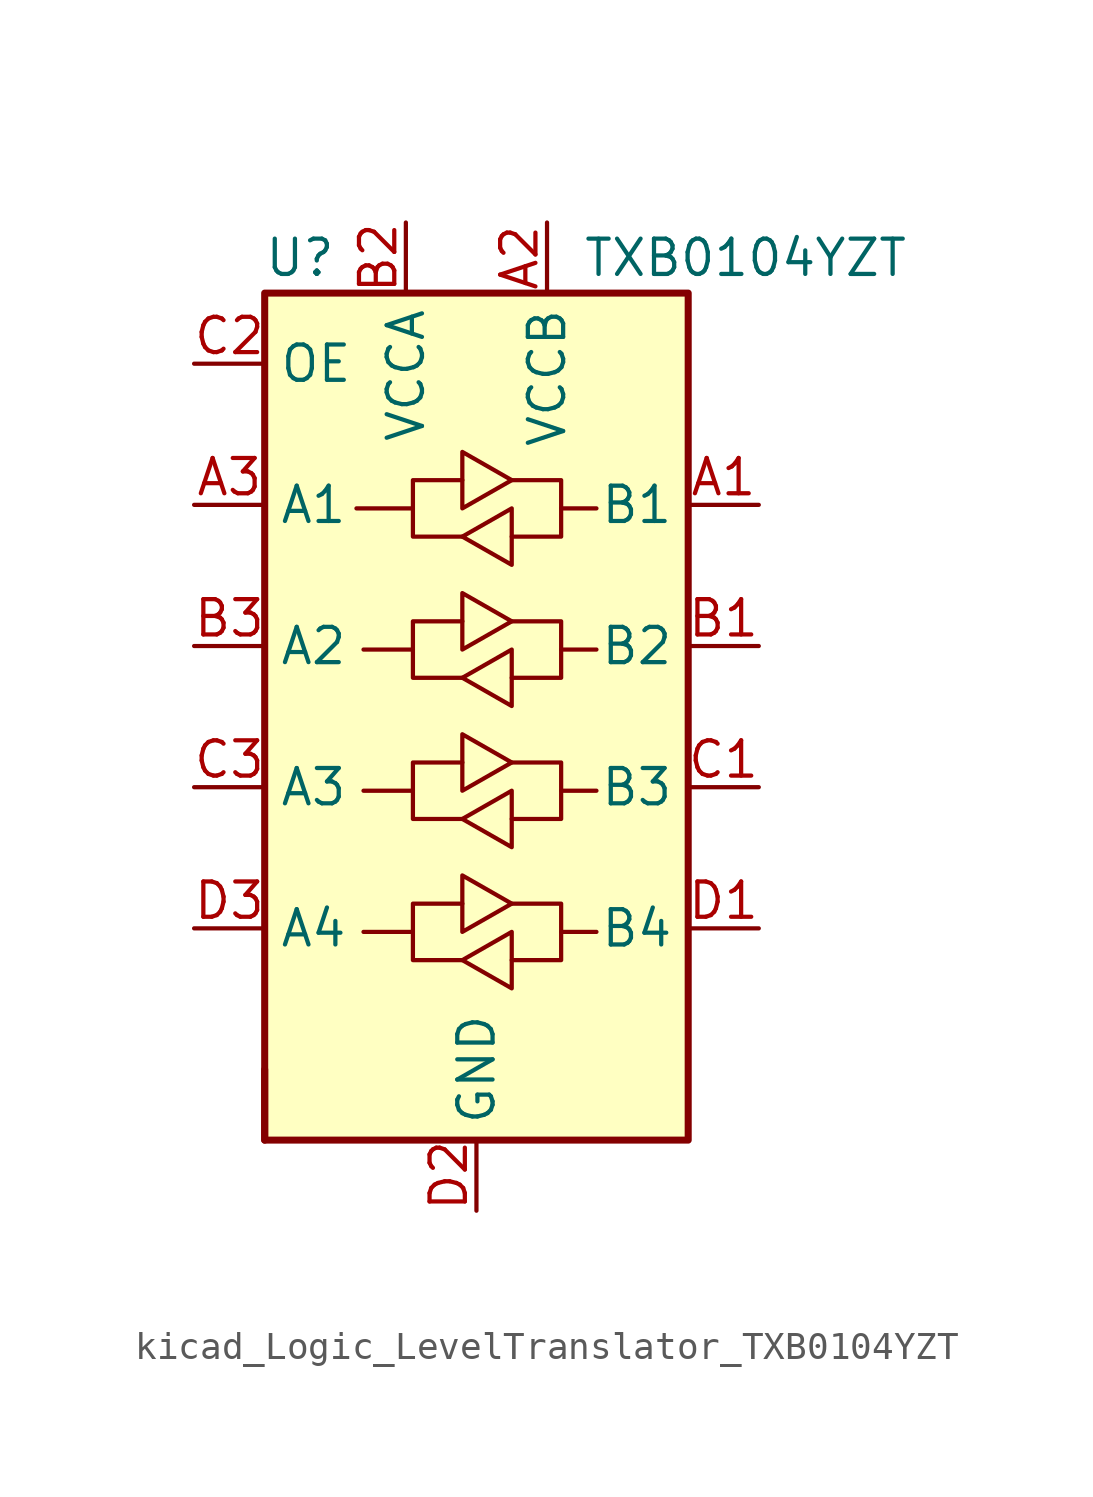
<source format=kicad_sym>
(kicad_symbol_lib
  (version 20220914)
  (generator kicad_symbol_editor)
  (symbol "kicad_Logic_LevelTranslator_TXB0104YZT"
    (property "Reference" "U"
      (at -6.35 16.51 0)
      (effects (font (size 1.27 1.27))))
    (property "Value" "TXB0104YZT"
      (at 3.81 16.51 0)
      (effects (font (size 1.27 1.27)) (justify left)))
    (symbol "kicad_Logic_LevelTranslator_TXB0104YZT_0_1"
      (rectangle (start -7.62 -15.24) (end -7.62 -12.7) (stroke (width 0.254) (type default)) (fill (type none)))
      (rectangle (start -7.62 15.24) (end 7.62 -15.24) (stroke (width 0.254) (type default)) (fill (type background)))
      (polyline (pts (xy -2.286 -7.747) (xy -2.286 -6.731) (xy -0.508 -6.731)) (stroke (width 0) (type default)) (fill (type none)))
      (polyline (pts (xy -2.286 -2.667) (xy -2.286 -1.651) (xy -0.508 -1.651)) (stroke (width 0) (type default)) (fill (type none)))
      (polyline (pts (xy -2.286 2.413) (xy -2.286 3.429) (xy -0.508 3.429)) (stroke (width 0) (type default)) (fill (type none)))
      (polyline (pts (xy -2.286 7.493) (xy -2.286 8.509) (xy -0.508 8.509)) (stroke (width 0) (type default)) (fill (type none)))
      (polyline (pts (xy 3.048 -7.747) (xy 3.048 -8.763) (xy 1.27 -8.763)) (stroke (width 0) (type default)) (fill (type none)))
      (polyline (pts (xy 3.048 -2.667) (xy 3.048 -3.683) (xy 1.27 -3.683)) (stroke (width 0) (type default)) (fill (type none)))
      (polyline (pts (xy 3.048 2.413) (xy 3.048 1.397) (xy 1.27 1.397)) (stroke (width 0) (type default)) (fill (type none)))
      (polyline (pts (xy 3.048 7.493) (xy 3.048 6.477) (xy 1.27 6.477)) (stroke (width 0) (type default)) (fill (type none)))
      (polyline (pts (xy -0.508 -8.763) (xy -2.286 -8.763) (xy -2.286 -7.747) (xy -4.064 -7.747)) (stroke (width 0) (type default)) (fill (type none)))
      (polyline (pts (xy -0.508 -8.763) (xy 1.27 -7.747) (xy 1.27 -9.779) (xy -0.508 -8.763)) (stroke (width 0) (type default)) (fill (type none)))
      (polyline (pts (xy -0.508 -3.683) (xy -2.286 -3.683) (xy -2.286 -2.667) (xy -4.064 -2.667)) (stroke (width 0) (type default)) (fill (type none)))
      (polyline (pts (xy -0.508 -3.683) (xy 1.27 -2.667) (xy 1.27 -4.699) (xy -0.508 -3.683)) (stroke (width 0) (type default)) (fill (type none)))
      (polyline (pts (xy -0.508 1.397) (xy -2.286 1.397) (xy -2.286 2.413) (xy -4.064 2.413)) (stroke (width 0) (type default)) (fill (type none)))
      (polyline (pts (xy -0.508 1.397) (xy 1.27 2.413) (xy 1.27 0.381) (xy -0.508 1.397)) (stroke (width 0) (type default)) (fill (type none)))
      (polyline (pts (xy -0.508 6.477) (xy -2.286 6.477) (xy -2.286 7.493) (xy -4.318 7.493)) (stroke (width 0) (type default)) (fill (type none)))
      (polyline (pts (xy -0.508 6.477) (xy 1.27 7.493) (xy 1.27 5.461) (xy -0.508 6.477)) (stroke (width 0) (type default)) (fill (type none)))
      (polyline (pts (xy 1.27 -6.731) (xy -0.508 -7.747) (xy -0.508 -5.715) (xy 1.27 -6.731)) (stroke (width 0) (type default)) (fill (type none)))
      (polyline (pts (xy 1.27 -6.731) (xy 3.048 -6.731) (xy 3.048 -7.747) (xy 4.318 -7.747)) (stroke (width 0) (type default)) (fill (type none)))
      (polyline (pts (xy 1.27 -1.651) (xy -0.508 -2.667) (xy -0.508 -0.635) (xy 1.27 -1.651)) (stroke (width 0) (type default)) (fill (type none)))
      (polyline (pts (xy 1.27 -1.651) (xy 3.048 -1.651) (xy 3.048 -2.667) (xy 4.318 -2.667)) (stroke (width 0) (type default)) (fill (type none)))
      (polyline (pts (xy 1.27 3.429) (xy -0.508 2.413) (xy -0.508 4.445) (xy 1.27 3.429)) (stroke (width 0) (type default)) (fill (type none)))
      (polyline (pts (xy 1.27 3.429) (xy 3.048 3.429) (xy 3.048 2.413) (xy 4.318 2.413)) (stroke (width 0) (type default)) (fill (type none)))
      (polyline (pts (xy 1.27 8.509) (xy -0.508 7.493) (xy -0.508 9.525) (xy 1.27 8.509)) (stroke (width 0) (type default)) (fill (type none)))
      (polyline (pts (xy 1.27 8.509) (xy 3.048 8.509) (xy 3.048 7.493) (xy 4.318 7.493)) (stroke (width 0) (type default)) (fill (type none))))
    (symbol "kicad_Logic_LevelTranslator_TXB0104YZT_1_1"
      (pin bidirectional line (at 10.16 7.62 180) (length 2.54) (name "B1" (effects (font (size 1.27 1.27)))) (number "A1" (effects (font (size 1.27 1.27)))))
      (pin power_in line (at 2.54 17.78 270) (length 2.54) (name "VCCB" (effects (font (size 1.27 1.27)))) (number "A2" (effects (font (size 1.27 1.27)))))
      (pin bidirectional line (at -10.16 7.62 0) (length 2.54) (name "A1" (effects (font (size 1.27 1.27)))) (number "A3" (effects (font (size 1.27 1.27)))))
      (pin bidirectional line (at 10.16 2.54 180) (length 2.54) (name "B2" (effects (font (size 1.27 1.27)))) (number "B1" (effects (font (size 1.27 1.27)))))
      (pin power_in line (at -2.54 17.78 270) (length 2.54) (name "VCCA" (effects (font (size 1.27 1.27)))) (number "B2" (effects (font (size 1.27 1.27)))))
      (pin bidirectional line (at -10.16 2.54 0) (length 2.54) (name "A2" (effects (font (size 1.27 1.27)))) (number "B3" (effects (font (size 1.27 1.27)))))
      (pin bidirectional line (at 10.16 -2.54 180) (length 2.54) (name "B3" (effects (font (size 1.27 1.27)))) (number "C1" (effects (font (size 1.27 1.27)))))
      (pin input line (at -10.16 12.7 0) (length 2.54) (name "OE" (effects (font (size 1.27 1.27)))) (number "C2" (effects (font (size 1.27 1.27)))))
      (pin bidirectional line (at -10.16 -2.54 0) (length 2.54) (name "A3" (effects (font (size 1.27 1.27)))) (number "C3" (effects (font (size 1.27 1.27)))))
      (pin bidirectional line (at 10.16 -7.62 180) (length 2.54) (name "B4" (effects (font (size 1.27 1.27)))) (number "D1" (effects (font (size 1.27 1.27)))))
      (pin power_in line (at 0 -17.78 90) (length 2.54) (name "GND" (effects (font (size 1.27 1.27)))) (number "D2" (effects (font (size 1.27 1.27)))))
      (pin bidirectional line (at -10.16 -7.62 0) (length 2.54) (name "A4" (effects (font (size 1.27 1.27)))) (number "D3" (effects (font (size 1.27 1.27))))))))
</source>
